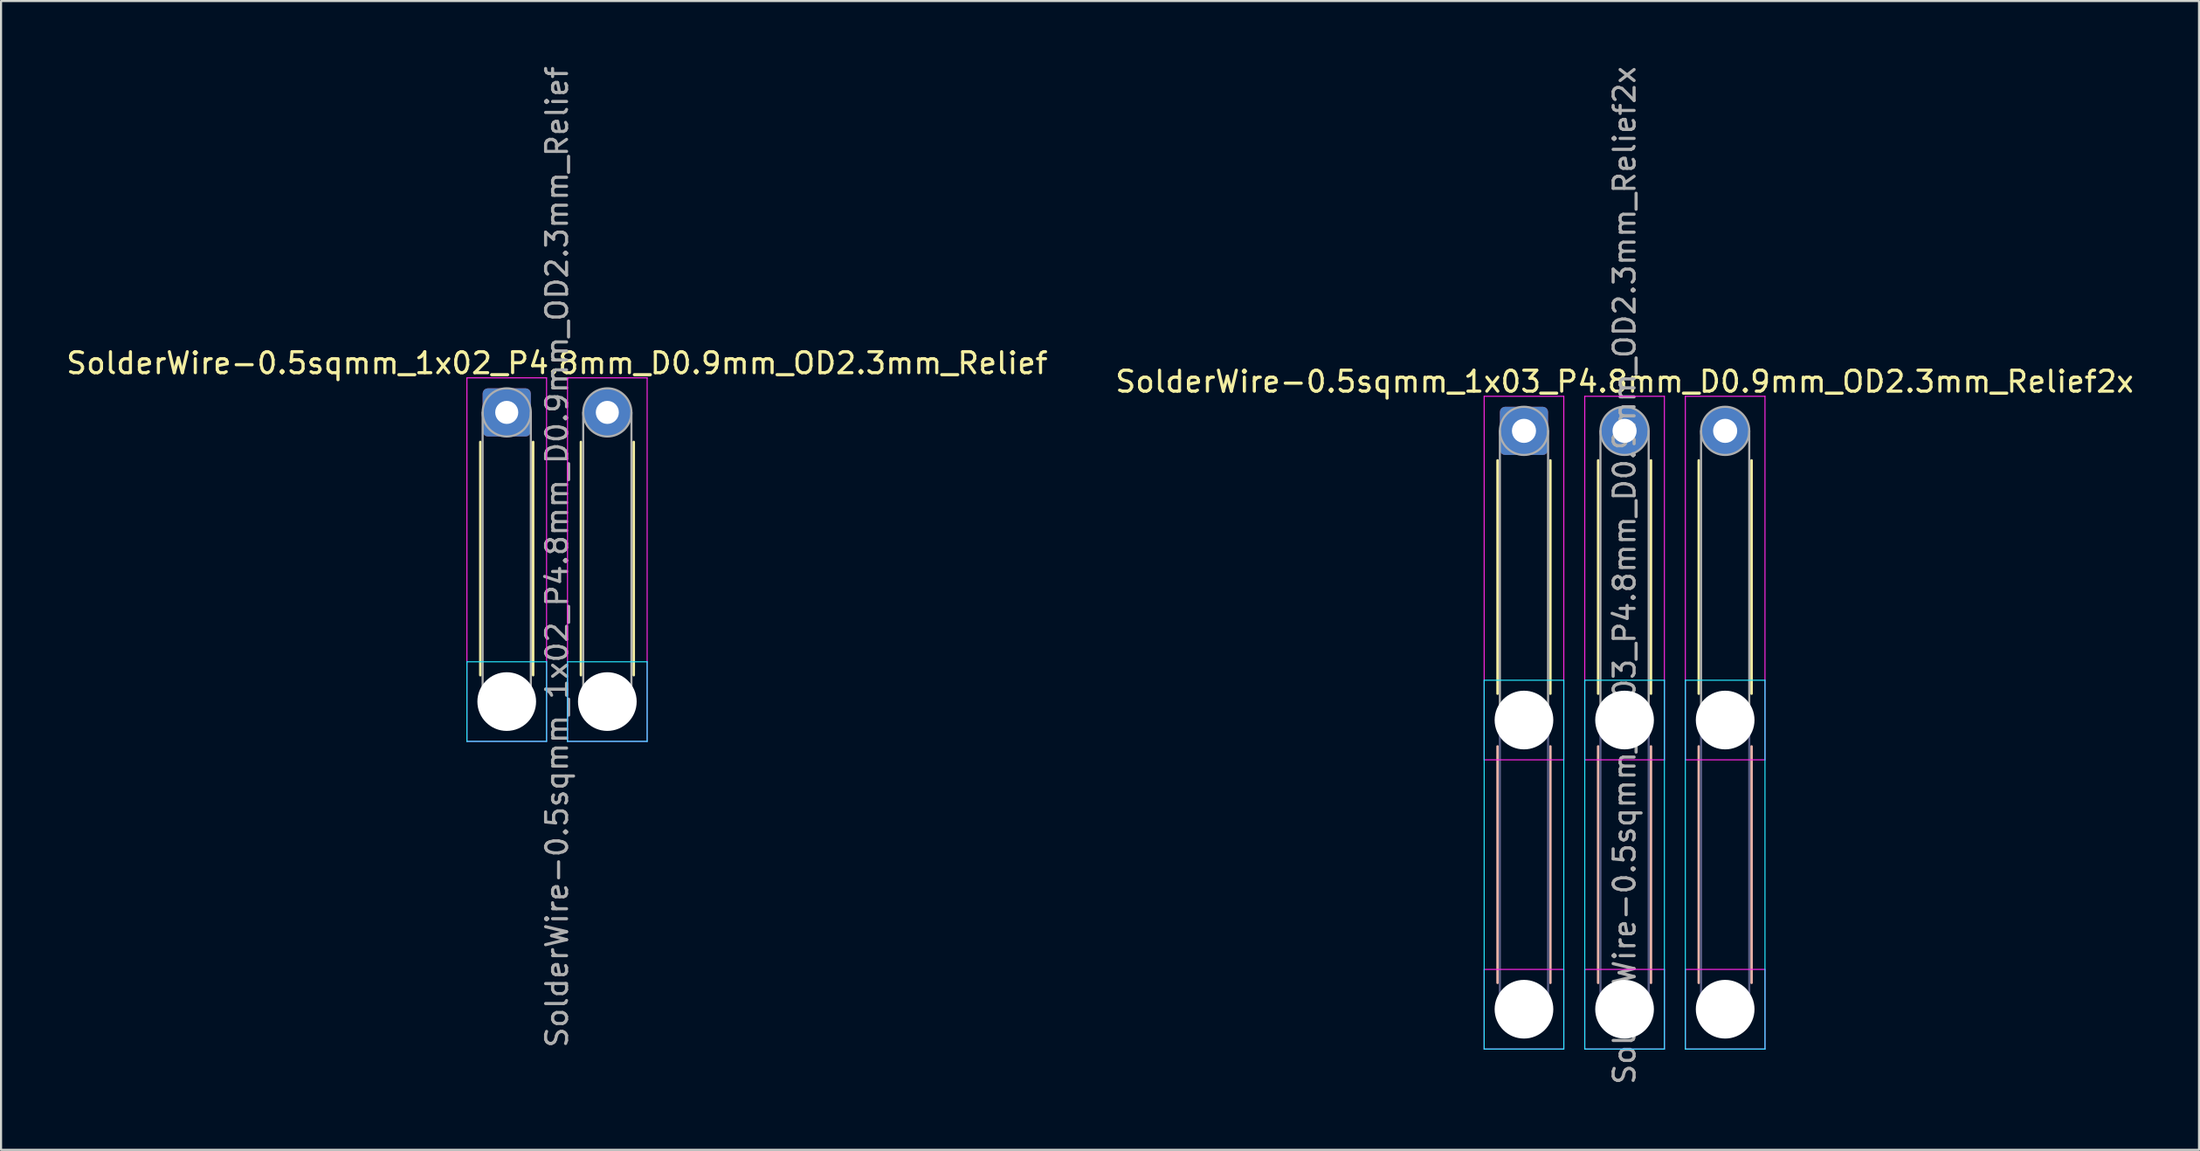
<source format=kicad_pcb>
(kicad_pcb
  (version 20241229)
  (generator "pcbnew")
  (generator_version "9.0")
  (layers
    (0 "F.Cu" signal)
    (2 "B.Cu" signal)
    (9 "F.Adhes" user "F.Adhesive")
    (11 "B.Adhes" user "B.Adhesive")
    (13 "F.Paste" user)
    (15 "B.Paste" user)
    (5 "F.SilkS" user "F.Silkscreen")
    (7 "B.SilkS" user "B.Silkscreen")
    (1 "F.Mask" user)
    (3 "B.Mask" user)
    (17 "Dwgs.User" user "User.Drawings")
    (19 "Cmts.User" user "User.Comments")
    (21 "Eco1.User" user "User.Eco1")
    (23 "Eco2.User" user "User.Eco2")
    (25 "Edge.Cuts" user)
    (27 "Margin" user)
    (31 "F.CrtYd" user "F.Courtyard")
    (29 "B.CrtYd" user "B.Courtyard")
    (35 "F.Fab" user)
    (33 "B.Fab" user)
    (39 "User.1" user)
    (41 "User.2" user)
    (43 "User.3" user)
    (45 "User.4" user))
  (footprint "SolderWire-0.5sqmm_1x03_P4.8mm_D0.9mm_OD2.3mm_Relief2x"
    (layer "F.Cu")
    (at 69.67 17.511)
    (property "Reference" "SolderWire-0.5sqmm_1x03_P4.8mm_D0.9mm_OD2.3mm_Relief2x" (at 4.8 -2.35 0) (layer "F.SilkS") (effects (font (size 1 1) (thickness 0.15))))
    (attr exclude_from_pos_files exclude_from_bom)
    (fp_line (start -1.26 1.41) (end -1.26 12.54) (stroke (width 0.12) (type solid)) (layer "F.SilkS"))
    (fp_line (start 1.26 1.41) (end 1.26 12.54) (stroke (width 0.12) (type solid)) (layer "F.SilkS"))
    (fp_line (start 3.54 1.41) (end 3.54 12.54) (stroke (width 0.12) (type solid)) (layer "F.SilkS"))
    (fp_line (start 6.06 1.41) (end 6.06 12.54) (stroke (width 0.12) (type solid)) (layer "F.SilkS"))
    (fp_line (start 8.34 1.41) (end 8.34 12.54) (stroke (width 0.12) (type solid)) (layer "F.SilkS"))
    (fp_line (start 10.86 1.41) (end 10.86 12.54) (stroke (width 0.12) (type solid)) (layer "F.SilkS"))
    (fp_line (start -1.26 15.06) (end -1.26 26.34) (stroke (width 0.12) (type solid)) (layer "B.SilkS"))
    (fp_line (start 1.26 15.06) (end 1.26 26.34) (stroke (width 0.12) (type solid)) (layer "B.SilkS"))
    (fp_line (start 3.54 15.06) (end 3.54 26.34) (stroke (width 0.12) (type solid)) (layer "B.SilkS"))
    (fp_line (start 6.06 15.06) (end 6.06 26.34) (stroke (width 0.12) (type solid)) (layer "B.SilkS"))
    (fp_line (start 8.34 15.06) (end 8.34 26.34) (stroke (width 0.12) (type solid)) (layer "B.SilkS"))
    (fp_line (start 10.86 15.06) (end 10.86 26.34) (stroke (width 0.12) (type solid)) (layer "B.SilkS"))
    (fp_line (start -1.9 11.9) (end -1.9 29.5) (stroke (width 0.05) (type solid)) (layer "B.CrtYd"))
    (fp_line (start -1.9 29.5) (end 1.9 29.5) (stroke (width 0.05) (type solid)) (layer "B.CrtYd"))
    (fp_line (start 1.9 11.9) (end -1.9 11.9) (stroke (width 0.05) (type solid)) (layer "B.CrtYd"))
    (fp_line (start 1.9 29.5) (end 1.9 11.9) (stroke (width 0.05) (type solid)) (layer "B.CrtYd"))
    (fp_line (start 2.9 11.9) (end 2.9 29.5) (stroke (width 0.05) (type solid)) (layer "B.CrtYd"))
    (fp_line (start 2.9 29.5) (end 6.7 29.5) (stroke (width 0.05) (type solid)) (layer "B.CrtYd"))
    (fp_line (start 6.7 11.9) (end 2.9 11.9) (stroke (width 0.05) (type solid)) (layer "B.CrtYd"))
    (fp_line (start 6.7 29.5) (end 6.7 11.9) (stroke (width 0.05) (type solid)) (layer "B.CrtYd"))
    (fp_line (start 7.7 11.9) (end 7.7 29.5) (stroke (width 0.05) (type solid)) (layer "B.CrtYd"))
    (fp_line (start 7.7 29.5) (end 11.5 29.5) (stroke (width 0.05) (type solid)) (layer "B.CrtYd"))
    (fp_line (start 11.5 11.9) (end 7.7 11.9) (stroke (width 0.05) (type solid)) (layer "B.CrtYd"))
    (fp_line (start 11.5 29.5) (end 11.5 11.9) (stroke (width 0.05) (type solid)) (layer "B.CrtYd"))
    (fp_line (start -1.9 -1.65) (end -1.9 15.7) (stroke (width 0.05) (type solid)) (layer "F.CrtYd"))
    (fp_line (start -1.9 15.7) (end 1.9 15.7) (stroke (width 0.05) (type solid)) (layer "F.CrtYd"))
    (fp_line (start -1.9 25.7) (end -1.9 29.5) (stroke (width 0.05) (type solid)) (layer "F.CrtYd"))
    (fp_line (start -1.9 29.5) (end 1.9 29.5) (stroke (width 0.05) (type solid)) (layer "F.CrtYd"))
    (fp_line (start 1.9 -1.65) (end -1.9 -1.65) (stroke (width 0.05) (type solid)) (layer "F.CrtYd"))
    (fp_line (start 1.9 15.7) (end 1.9 -1.65) (stroke (width 0.05) (type solid)) (layer "F.CrtYd"))
    (fp_line (start 1.9 25.7) (end -1.9 25.7) (stroke (width 0.05) (type solid)) (layer "F.CrtYd"))
    (fp_line (start 1.9 29.5) (end 1.9 25.7) (stroke (width 0.05) (type solid)) (layer "F.CrtYd"))
    (fp_line (start 2.9 -1.65) (end 2.9 15.7) (stroke (width 0.05) (type solid)) (layer "F.CrtYd"))
    (fp_line (start 2.9 15.7) (end 6.7 15.7) (stroke (width 0.05) (type solid)) (layer "F.CrtYd"))
    (fp_line (start 2.9 25.7) (end 2.9 29.5) (stroke (width 0.05) (type solid)) (layer "F.CrtYd"))
    (fp_line (start 2.9 29.5) (end 6.7 29.5) (stroke (width 0.05) (type solid)) (layer "F.CrtYd"))
    (fp_line (start 6.7 -1.65) (end 2.9 -1.65) (stroke (width 0.05) (type solid)) (layer "F.CrtYd"))
    (fp_line (start 6.7 15.7) (end 6.7 -1.65) (stroke (width 0.05) (type solid)) (layer "F.CrtYd"))
    (fp_line (start 6.7 25.7) (end 2.9 25.7) (stroke (width 0.05) (type solid)) (layer "F.CrtYd"))
    (fp_line (start 6.7 29.5) (end 6.7 25.7) (stroke (width 0.05) (type solid)) (layer "F.CrtYd"))
    (fp_line (start 7.7 -1.65) (end 7.7 15.7) (stroke (width 0.05) (type solid)) (layer "F.CrtYd"))
    (fp_line (start 7.7 15.7) (end 11.5 15.7) (stroke (width 0.05) (type solid)) (layer "F.CrtYd"))
    (fp_line (start 7.7 25.7) (end 7.7 29.5) (stroke (width 0.05) (type solid)) (layer "F.CrtYd"))
    (fp_line (start 7.7 29.5) (end 11.5 29.5) (stroke (width 0.05) (type solid)) (layer "F.CrtYd"))
    (fp_line (start 11.5 -1.65) (end 7.7 -1.65) (stroke (width 0.05) (type solid)) (layer "F.CrtYd"))
    (fp_line (start 11.5 15.7) (end 11.5 -1.65) (stroke (width 0.05) (type solid)) (layer "F.CrtYd"))
    (fp_line (start 11.5 25.7) (end 7.7 25.7) (stroke (width 0.05) (type solid)) (layer "F.CrtYd"))
    (fp_line (start 11.5 29.5) (end 11.5 25.7) (stroke (width 0.05) (type solid)) (layer "F.CrtYd"))
    (fp_line (start -1.15 13.8) (end -1.15 27.6) (stroke (width 0.1) (type solid)) (layer "B.Fab"))
    (fp_line (start 1.15 13.8) (end 1.15 27.6) (stroke (width 0.1) (type solid)) (layer "B.Fab"))
    (fp_line (start 3.65 13.8) (end 3.65 27.6) (stroke (width 0.1) (type solid)) (layer "B.Fab"))
    (fp_line (start 5.95 13.8) (end 5.95 27.6) (stroke (width 0.1) (type solid)) (layer "B.Fab"))
    (fp_line (start 8.45 13.8) (end 8.45 27.6) (stroke (width 0.1) (type solid)) (layer "B.Fab"))
    (fp_line (start 10.75 13.8) (end 10.75 27.6) (stroke (width 0.1) (type solid)) (layer "B.Fab"))
    (fp_circle (center 0 13.8) (end 1.15 13.8) (stroke (width 0.1) (type solid)) (fill no) (layer "B.Fab"))
    (fp_circle (center 0 27.6) (end 1.15 27.6) (stroke (width 0.1) (type solid)) (fill no) (layer "B.Fab"))
    (fp_circle (center 4.8 13.8) (end 5.95 13.8) (stroke (width 0.1) (type solid)) (fill no) (layer "B.Fab"))
    (fp_circle (center 4.8 27.6) (end 5.95 27.6) (stroke (width 0.1) (type solid)) (fill no) (layer "B.Fab"))
    (fp_circle (center 9.6 13.8) (end 10.75 13.8) (stroke (width 0.1) (type solid)) (fill no) (layer "B.Fab"))
    (fp_circle (center 9.6 27.6) (end 10.75 27.6) (stroke (width 0.1) (type solid)) (fill no) (layer "B.Fab"))
    (fp_line (start -1.15 0) (end -1.15 13.8) (stroke (width 0.1) (type solid)) (layer "F.Fab"))
    (fp_line (start 1.15 0) (end 1.15 13.8) (stroke (width 0.1) (type solid)) (layer "F.Fab"))
    (fp_line (start 3.65 0) (end 3.65 13.8) (stroke (width 0.1) (type solid)) (layer "F.Fab"))
    (fp_line (start 5.95 0) (end 5.95 13.8) (stroke (width 0.1) (type solid)) (layer "F.Fab"))
    (fp_line (start 8.45 0) (end 8.45 13.8) (stroke (width 0.1) (type solid)) (layer "F.Fab"))
    (fp_line (start 10.75 0) (end 10.75 13.8) (stroke (width 0.1) (type solid)) (layer "F.Fab"))
    (fp_circle (center 0 0) (end 1.15 0) (stroke (width 0.1) (type solid)) (fill no) (layer "F.Fab"))
    (fp_circle (center 0 13.8) (end 1.15 13.8) (stroke (width 0.1) (type solid)) (fill no) (layer "F.Fab"))
    (fp_circle (center 0 27.6) (end 1.15 27.6) (stroke (width 0.1) (type solid)) (fill no) (layer "F.Fab"))
    (fp_circle (center 4.8 0) (end 5.95 0) (stroke (width 0.1) (type solid)) (fill no) (layer "F.Fab"))
    (fp_circle (center 4.8 13.8) (end 5.95 13.8) (stroke (width 0.1) (type solid)) (fill no) (layer "F.Fab"))
    (fp_circle (center 4.8 27.6) (end 5.95 27.6) (stroke (width 0.1) (type solid)) (fill no) (layer "F.Fab"))
    (fp_circle (center 9.6 0) (end 10.75 0) (stroke (width 0.1) (type solid)) (fill no) (layer "F.Fab"))
    (fp_circle (center 9.6 13.8) (end 10.75 13.8) (stroke (width 0.1) (type solid)) (fill no) (layer "F.Fab"))
    (fp_circle (center 9.6 27.6) (end 10.75 27.6) (stroke (width 0.1) (type solid)) (fill no) (layer "F.Fab"))
    (fp_text user "${REFERENCE}" (at 4.8 6.9 90) (layer "F.Fab") (effects (font (size 1 1) (thickness 0.15))))
    (pad "" np_thru_hole circle (at 0 13.8) (size 2.8 2.8) (drill 2.8) (layers "*.Cu" "*.Mask"))
    (pad "" np_thru_hole circle (at 0 27.6) (size 2.8 2.8) (drill 2.8) (layers "*.Cu" "*.Mask"))
    (pad "" np_thru_hole circle (at 4.8 13.8) (size 2.8 2.8) (drill 2.8) (layers "*.Cu" "*.Mask"))
    (pad "" np_thru_hole circle (at 4.8 27.6) (size 2.8 2.8) (drill 2.8) (layers "*.Cu" "*.Mask"))
    (pad "" np_thru_hole circle (at 9.6 13.8) (size 2.8 2.8) (drill 2.8) (layers "*.Cu" "*.Mask"))
    (pad "" np_thru_hole circle (at 9.6 27.6) (size 2.8 2.8) (drill 2.8) (layers "*.Cu" "*.Mask"))
    (pad "1" thru_hole roundrect (at 0 0) (size 2.3 2.3) (drill 1.15) (layers "*.Cu" "*.Mask") (roundrect_rratio 0.109))
    (pad "2" thru_hole circle (at 4.8 0) (size 2.3 2.3) (drill 1.15) (layers "*.Cu" "*.Mask"))
    (pad "3" thru_hole circle (at 9.6 0) (size 2.3 2.3) (drill 1.15) (layers "*.Cu" "*.Mask")))
  (footprint "SolderWire-0.5sqmm_1x02_P4.8mm_D0.9mm_OD2.3mm_Relief"
    (layer "F.Cu")
    (at 21.13 16.63)
    (property "Reference" "SolderWire-0.5sqmm_1x02_P4.8mm_D0.9mm_OD2.3mm_Relief" (at 2.4 -2.35 0) (layer "F.SilkS") (effects (font (size 1 1) (thickness 0.15))))
    (attr exclude_from_pos_files exclude_from_bom)
    (fp_line (start -1.26 1.41) (end -1.26 12.54) (stroke (width 0.12) (type solid)) (layer "F.SilkS"))
    (fp_line (start 1.26 1.41) (end 1.26 12.54) (stroke (width 0.12) (type solid)) (layer "F.SilkS"))
    (fp_line (start 3.54 1.41) (end 3.54 12.54) (stroke (width 0.12) (type solid)) (layer "F.SilkS"))
    (fp_line (start 6.06 1.41) (end 6.06 12.54) (stroke (width 0.12) (type solid)) (layer "F.SilkS"))
    (fp_line (start -1.9 11.9) (end -1.9 15.7) (stroke (width 0.05) (type solid)) (layer "B.CrtYd"))
    (fp_line (start -1.9 15.7) (end 1.9 15.7) (stroke (width 0.05) (type solid)) (layer "B.CrtYd"))
    (fp_line (start 1.9 11.9) (end -1.9 11.9) (stroke (width 0.05) (type solid)) (layer "B.CrtYd"))
    (fp_line (start 1.9 15.7) (end 1.9 11.9) (stroke (width 0.05) (type solid)) (layer "B.CrtYd"))
    (fp_line (start 2.9 11.9) (end 2.9 15.7) (stroke (width 0.05) (type solid)) (layer "B.CrtYd"))
    (fp_line (start 2.9 15.7) (end 6.7 15.7) (stroke (width 0.05) (type solid)) (layer "B.CrtYd"))
    (fp_line (start 6.7 11.9) (end 2.9 11.9) (stroke (width 0.05) (type solid)) (layer "B.CrtYd"))
    (fp_line (start 6.7 15.7) (end 6.7 11.9) (stroke (width 0.05) (type solid)) (layer "B.CrtYd"))
    (fp_line (start -1.9 -1.65) (end -1.9 15.7) (stroke (width 0.05) (type solid)) (layer "F.CrtYd"))
    (fp_line (start -1.9 15.7) (end 1.9 15.7) (stroke (width 0.05) (type solid)) (layer "F.CrtYd"))
    (fp_line (start 1.9 -1.65) (end -1.9 -1.65) (stroke (width 0.05) (type solid)) (layer "F.CrtYd"))
    (fp_line (start 1.9 15.7) (end 1.9 -1.65) (stroke (width 0.05) (type solid)) (layer "F.CrtYd"))
    (fp_line (start 2.9 -1.65) (end 2.9 15.7) (stroke (width 0.05) (type solid)) (layer "F.CrtYd"))
    (fp_line (start 2.9 15.7) (end 6.7 15.7) (stroke (width 0.05) (type solid)) (layer "F.CrtYd"))
    (fp_line (start 6.7 -1.65) (end 2.9 -1.65) (stroke (width 0.05) (type solid)) (layer "F.CrtYd"))
    (fp_line (start 6.7 15.7) (end 6.7 -1.65) (stroke (width 0.05) (type solid)) (layer "F.CrtYd"))
    (fp_line (start -1.15 0) (end -1.15 13.8) (stroke (width 0.1) (type solid)) (layer "F.Fab"))
    (fp_line (start 1.15 0) (end 1.15 13.8) (stroke (width 0.1) (type solid)) (layer "F.Fab"))
    (fp_line (start 3.65 0) (end 3.65 13.8) (stroke (width 0.1) (type solid)) (layer "F.Fab"))
    (fp_line (start 5.95 0) (end 5.95 13.8) (stroke (width 0.1) (type solid)) (layer "F.Fab"))
    (fp_circle (center 0 0) (end 1.15 0) (stroke (width 0.1) (type solid)) (fill no) (layer "F.Fab"))
    (fp_circle (center 0 13.8) (end 1.15 13.8) (stroke (width 0.1) (type solid)) (fill no) (layer "F.Fab"))
    (fp_circle (center 4.8 0) (end 5.95 0) (stroke (width 0.1) (type solid)) (fill no) (layer "F.Fab"))
    (fp_circle (center 4.8 13.8) (end 5.95 13.8) (stroke (width 0.1) (type solid)) (fill no) (layer "F.Fab"))
    (fp_text user "${REFERENCE}" (at 2.4 6.9 90) (layer "F.Fab") (effects (font (size 1 1) (thickness 0.15))))
    (pad "" np_thru_hole circle (at 0 13.8) (size 2.8 2.8) (drill 2.8) (layers "*.Cu" "*.Mask"))
    (pad "" np_thru_hole circle (at 4.8 13.8) (size 2.8 2.8) (drill 2.8) (layers "*.Cu" "*.Mask"))
    (pad "1" thru_hole roundrect (at 0 0) (size 2.3 2.3) (drill 1.1) (layers "*.Cu" "*.Mask") (roundrect_rratio 0.109))
    (pad "2" thru_hole circle (at 4.8 0) (size 2.3 2.3) (drill 1.1) (layers "*.Cu" "*.Mask")))
  (gr_rect
    (start -3 -3)
    (end 101.881 51.821)
    (stroke (width 0.1) (type default))
    (fill no)
    (layer "Edge.Cuts")))
</source>
